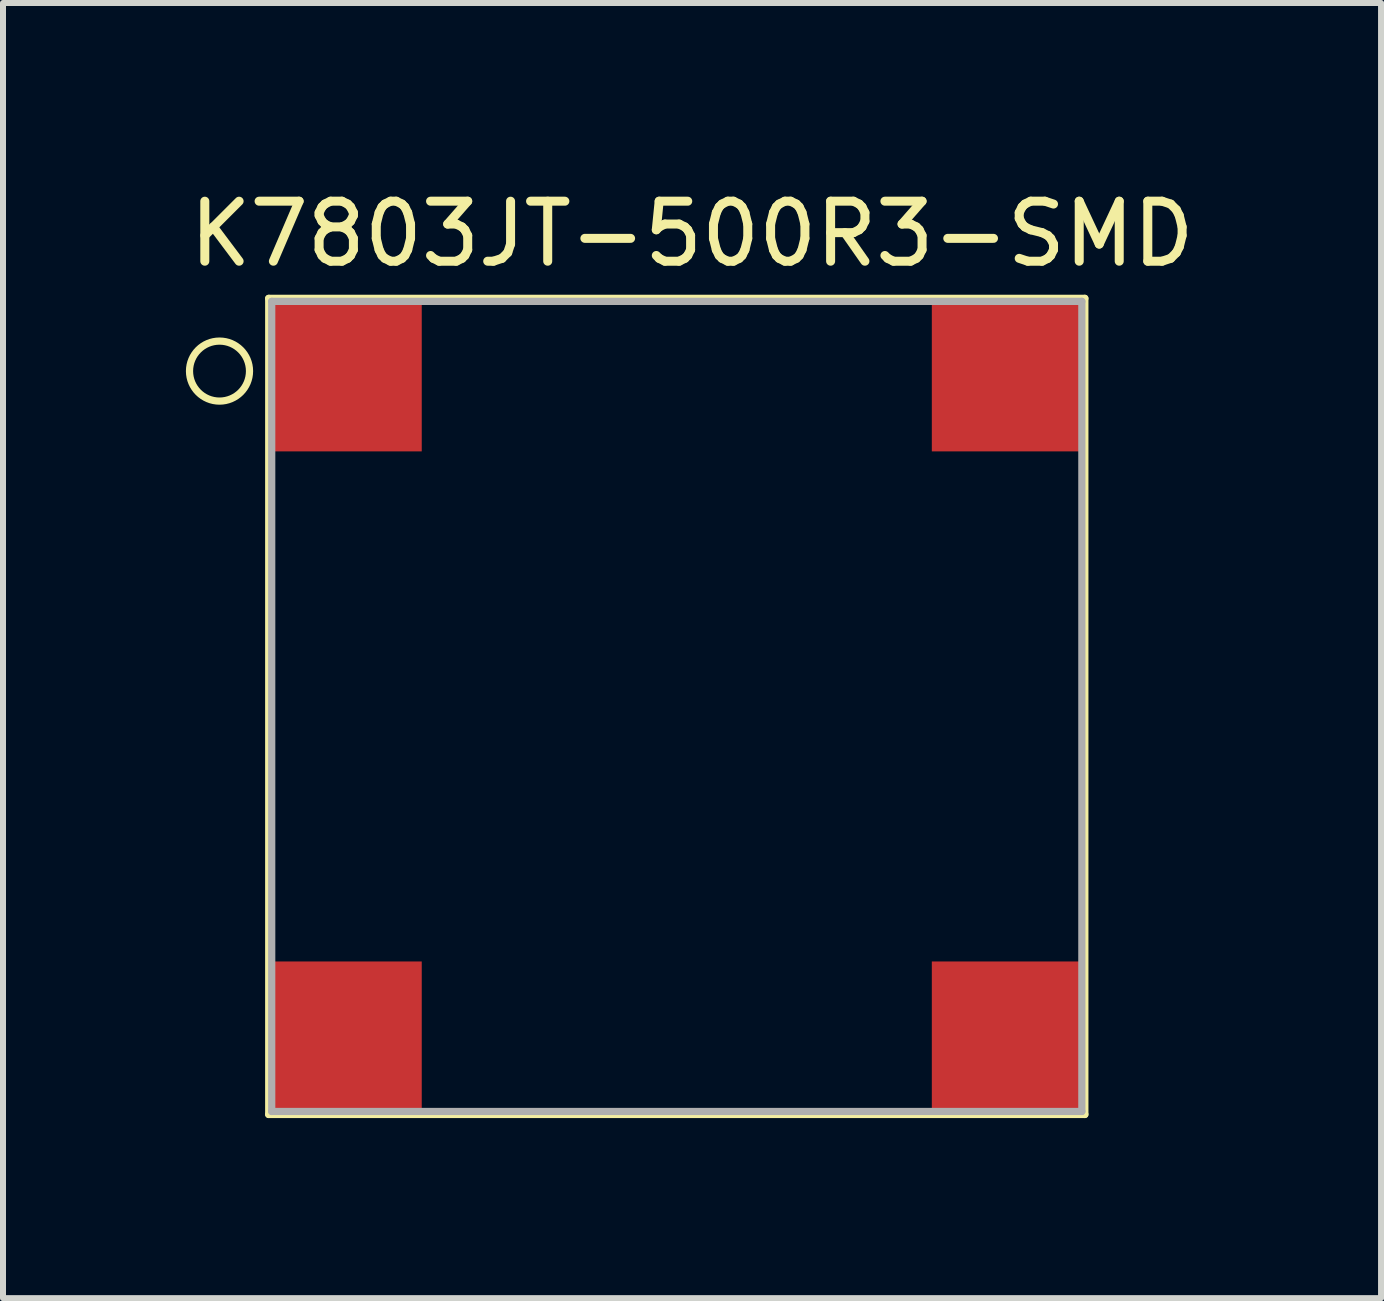
<source format=kicad_pcb>
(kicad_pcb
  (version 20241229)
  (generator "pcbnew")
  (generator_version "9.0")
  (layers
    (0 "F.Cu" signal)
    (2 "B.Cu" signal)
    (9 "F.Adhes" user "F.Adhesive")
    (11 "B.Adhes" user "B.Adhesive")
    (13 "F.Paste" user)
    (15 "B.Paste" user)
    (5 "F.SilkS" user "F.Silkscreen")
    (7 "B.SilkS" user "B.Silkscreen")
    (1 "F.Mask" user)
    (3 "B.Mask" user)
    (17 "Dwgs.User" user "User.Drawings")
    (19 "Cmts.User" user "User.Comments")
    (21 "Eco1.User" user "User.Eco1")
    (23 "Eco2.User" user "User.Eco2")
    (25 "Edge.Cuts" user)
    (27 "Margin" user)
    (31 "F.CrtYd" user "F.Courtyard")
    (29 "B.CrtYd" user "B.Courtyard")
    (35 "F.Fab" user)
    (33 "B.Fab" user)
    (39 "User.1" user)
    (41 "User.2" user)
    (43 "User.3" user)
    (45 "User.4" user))
  (footprint "K7803JT-500R3-SMD"
    (layer "F.Cu")
    (at 8.228 8.722)
    (property "Reference" "K7803JT-500R3-SMD" (at 0.254 -7.874 0) (layer "F.SilkS") (effects (font (size 1 1) (thickness 0.15))))
    (attr through_hole)
    (fp_line (start -6.8 -6.8) (end -6.8 6.8) (stroke (width 0.12) (type solid)) (layer "F.SilkS"))
    (fp_line (start -6.8 6.8) (end 6.8 6.8) (stroke (width 0.12) (type solid)) (layer "F.SilkS"))
    (fp_line (start 6.8 -6.8) (end -6.8 -6.8) (stroke (width 0.12) (type solid)) (layer "F.SilkS"))
    (fp_line (start 6.8 -6.8) (end 6.8 6.8) (stroke (width 0.12) (type solid)) (layer "F.SilkS"))
    (fp_circle (center -7.62 -5.588) (end -7.12 -5.588) (stroke (width 0.12) (type solid)) (fill no) (layer "F.SilkS"))
    (fp_line (start -6.75 -6.75) (end -6.75 6.75) (stroke (width 0.12) (type solid)) (layer "F.Fab"))
    (fp_line (start -6.75 -6.75) (end 6.75 -6.75) (stroke (width 0.12) (type solid)) (layer "F.Fab"))
    (fp_line (start 6.75 6.75) (end -6.75 6.75) (stroke (width 0.12) (type solid)) (layer "F.Fab"))
    (fp_line (start 6.75 6.75) (end 6.75 -6.75) (stroke (width 0.12) (type solid)) (layer "F.Fab"))
    (pad "1" smd rect (at -5.5 -5.5) (size 2.5 2.5) (layers "F.Cu" "F.Mask" "F.Paste"))
    (pad "2" smd rect (at -5.5 5.5) (size 2.5 2.5) (layers "F.Cu" "F.Mask" "F.Paste"))
    (pad "3" smd rect (at 5.5 5.5) (size 2.5 2.5) (layers "F.Cu" "F.Mask" "F.Paste"))
    (pad "4" smd rect (at 5.5 -5.5) (size 2.5 2.5) (layers "F.Cu" "F.Mask" "F.Paste")))
  (gr_rect
    (start -3 -3)
    (end 19.964 18.582)
    (stroke (width 0.1) (type default))
    (fill no)
    (layer "Edge.Cuts")))
</source>
